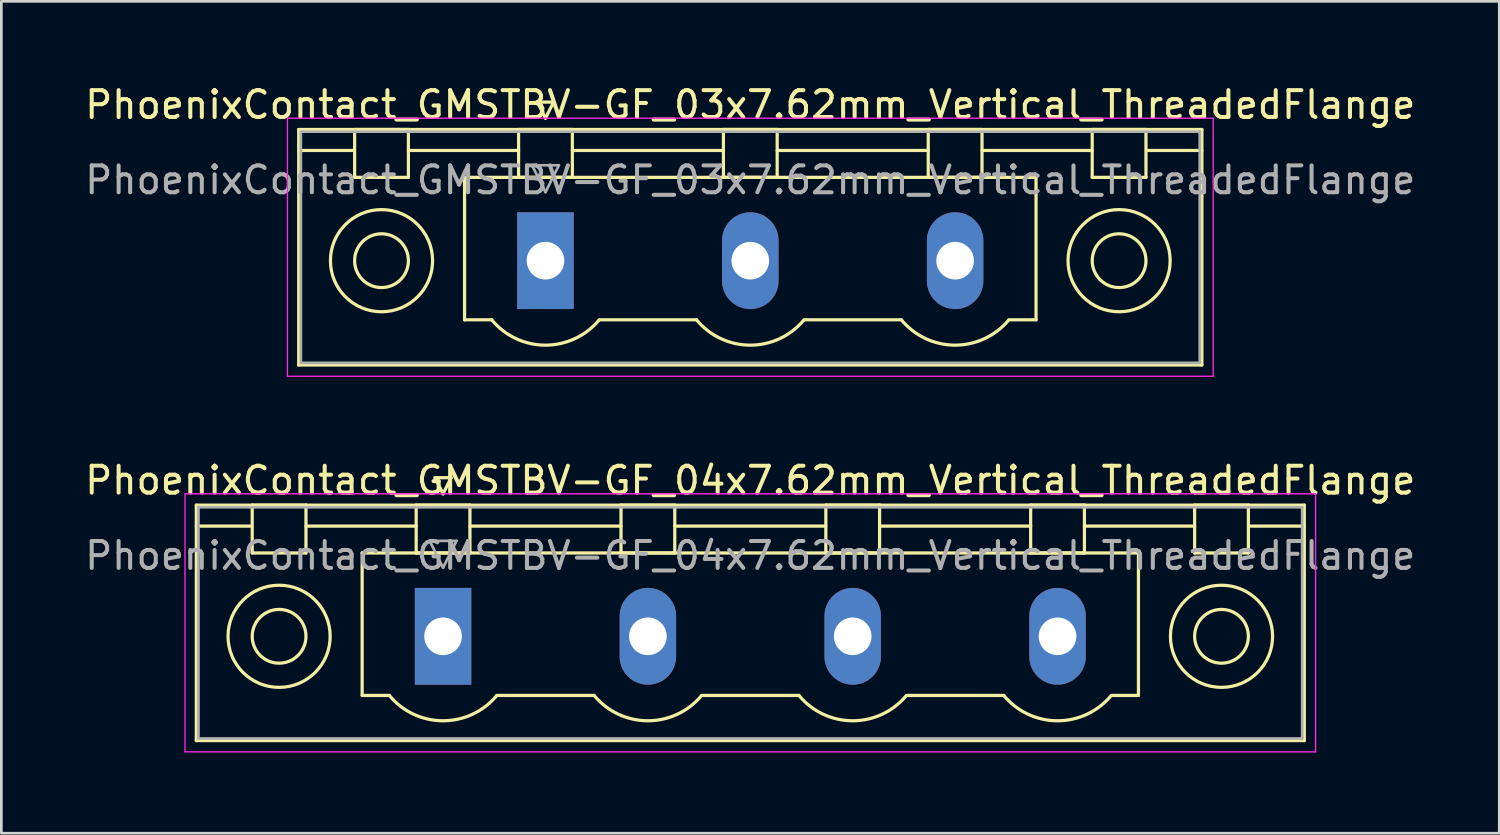
<source format=kicad_pcb>
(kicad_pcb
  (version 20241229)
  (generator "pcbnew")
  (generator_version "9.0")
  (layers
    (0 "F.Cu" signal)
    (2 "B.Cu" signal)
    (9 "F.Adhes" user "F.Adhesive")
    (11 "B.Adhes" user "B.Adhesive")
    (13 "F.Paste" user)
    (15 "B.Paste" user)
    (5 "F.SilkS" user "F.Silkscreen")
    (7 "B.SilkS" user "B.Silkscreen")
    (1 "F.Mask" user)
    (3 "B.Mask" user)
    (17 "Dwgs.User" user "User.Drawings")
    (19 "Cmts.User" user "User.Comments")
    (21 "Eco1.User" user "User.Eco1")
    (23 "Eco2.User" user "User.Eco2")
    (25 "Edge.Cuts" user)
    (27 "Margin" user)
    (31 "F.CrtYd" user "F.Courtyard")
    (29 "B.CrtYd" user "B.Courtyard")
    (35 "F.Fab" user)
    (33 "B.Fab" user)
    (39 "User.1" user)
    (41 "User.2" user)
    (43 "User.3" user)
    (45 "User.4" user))
  (footprint "PhoenixContact_GMSTBV-GF_03x7.62mm_Vertical_ThreadedFlange"
    (layer "F.Cu")
    (at 17.243 6.648)
    (property "Reference" "PhoenixContact_GMSTBV-GF_03x7.62mm_Vertical_ThreadedFlange" (at 7.62 -5.8 0) (layer "F.SilkS") (effects (font (size 1 1) (thickness 0.15))))
    (attr through_hole)
    (fp_line (start -9.18 -4.88) (end -9.18 3.88) (stroke (width 0.12) (type solid)) (layer "F.SilkS"))
    (fp_line (start -9.18 -4.1) (end -7.18 -4.1) (stroke (width 0.12) (type solid)) (layer "F.SilkS"))
    (fp_line (start -9.18 3.88) (end 24.42 3.88) (stroke (width 0.12) (type solid)) (layer "F.SilkS"))
    (fp_line (start -7.1 -4.88) (end -5.1 -4.88) (stroke (width 0.12) (type solid)) (layer "F.SilkS"))
    (fp_line (start -7.1 -3.1) (end -7.1 -4.88) (stroke (width 0.12) (type solid)) (layer "F.SilkS"))
    (fp_line (start -5.1 -4.88) (end -5.1 -3.1) (stroke (width 0.12) (type solid)) (layer "F.SilkS"))
    (fp_line (start -5.1 -4.1) (end -1 -4.1) (stroke (width 0.12) (type solid)) (layer "F.SilkS"))
    (fp_line (start -5.1 -3.1) (end -7.1 -3.1) (stroke (width 0.12) (type solid)) (layer "F.SilkS"))
    (fp_line (start -3.01 -3.1) (end 18.25 -3.1) (stroke (width 0.12) (type solid)) (layer "F.SilkS"))
    (fp_line (start -3.01 2.2) (end -3.01 -3.1) (stroke (width 0.12) (type solid)) (layer "F.SilkS"))
    (fp_line (start -2 2.2) (end -3.01 2.2) (stroke (width 0.12) (type solid)) (layer "F.SilkS"))
    (fp_line (start -1 -4.88) (end 1 -4.88) (stroke (width 0.12) (type solid)) (layer "F.SilkS"))
    (fp_line (start -1 -3.1) (end -1 -4.88) (stroke (width 0.12) (type solid)) (layer "F.SilkS"))
    (fp_line (start -0.3 -5.9) (end 0.3 -5.9) (stroke (width 0.12) (type solid)) (layer "F.SilkS"))
    (fp_line (start 0 -5.3) (end -0.3 -5.9) (stroke (width 0.12) (type solid)) (layer "F.SilkS"))
    (fp_line (start 0.3 -5.9) (end 0 -5.3) (stroke (width 0.12) (type solid)) (layer "F.SilkS"))
    (fp_line (start 1 -4.88) (end 1 -3.1) (stroke (width 0.12) (type solid)) (layer "F.SilkS"))
    (fp_line (start 1 -4.1) (end 6.62 -4.1) (stroke (width 0.12) (type solid)) (layer "F.SilkS"))
    (fp_line (start 1 -3.1) (end -1 -3.1) (stroke (width 0.12) (type solid)) (layer "F.SilkS"))
    (fp_line (start 2 2.2) (end 5.62 2.2) (stroke (width 0.12) (type solid)) (layer "F.SilkS"))
    (fp_line (start 6.62 -4.88) (end 8.62 -4.88) (stroke (width 0.12) (type solid)) (layer "F.SilkS"))
    (fp_line (start 6.62 -3.1) (end 6.62 -4.88) (stroke (width 0.12) (type solid)) (layer "F.SilkS"))
    (fp_line (start 8.62 -4.88) (end 8.62 -3.1) (stroke (width 0.12) (type solid)) (layer "F.SilkS"))
    (fp_line (start 8.62 -4.1) (end 14.24 -4.1) (stroke (width 0.12) (type solid)) (layer "F.SilkS"))
    (fp_line (start 8.62 -3.1) (end 6.62 -3.1) (stroke (width 0.12) (type solid)) (layer "F.SilkS"))
    (fp_line (start 9.62 2.2) (end 13.24 2.2) (stroke (width 0.12) (type solid)) (layer "F.SilkS"))
    (fp_line (start 14.24 -4.88) (end 16.24 -4.88) (stroke (width 0.12) (type solid)) (layer "F.SilkS"))
    (fp_line (start 14.24 -3.1) (end 14.24 -4.88) (stroke (width 0.12) (type solid)) (layer "F.SilkS"))
    (fp_line (start 16.24 -4.88) (end 16.24 -3.1) (stroke (width 0.12) (type solid)) (layer "F.SilkS"))
    (fp_line (start 16.24 -4.1) (end 20.34 -4.1) (stroke (width 0.12) (type solid)) (layer "F.SilkS"))
    (fp_line (start 16.24 -3.1) (end 14.24 -3.1) (stroke (width 0.12) (type solid)) (layer "F.SilkS"))
    (fp_line (start 18.25 -3.1) (end 18.25 2.2) (stroke (width 0.12) (type solid)) (layer "F.SilkS"))
    (fp_line (start 18.25 2.2) (end 17.24 2.2) (stroke (width 0.12) (type solid)) (layer "F.SilkS"))
    (fp_line (start 20.34 -4.88) (end 22.34 -4.88) (stroke (width 0.12) (type solid)) (layer "F.SilkS"))
    (fp_line (start 20.34 -3.1) (end 20.34 -4.88) (stroke (width 0.12) (type solid)) (layer "F.SilkS"))
    (fp_line (start 22.34 -4.88) (end 22.34 -3.1) (stroke (width 0.12) (type solid)) (layer "F.SilkS"))
    (fp_line (start 22.34 -3.1) (end 20.34 -3.1) (stroke (width 0.12) (type solid)) (layer "F.SilkS"))
    (fp_line (start 24.42 -4.88) (end -9.18 -4.88) (stroke (width 0.12) (type solid)) (layer "F.SilkS"))
    (fp_line (start 24.42 -4.1) (end 22.42 -4.1) (stroke (width 0.12) (type solid)) (layer "F.SilkS"))
    (fp_line (start 24.42 3.88) (end 24.42 -4.88) (stroke (width 0.12) (type solid)) (layer "F.SilkS"))
    (fp_arc (start 1.986842 2.215821) (mid -0.010289 3.142758) (end -2 2.2) (stroke (width 0.12) (type solid)) (layer "F.SilkS"))
    (fp_arc (start 9.606842 2.215821) (mid 7.609711 3.142758) (end 5.62 2.2) (stroke (width 0.12) (type solid)) (layer "F.SilkS"))
    (fp_arc (start 17.226842 2.215821) (mid 15.229711 3.142758) (end 13.24 2.2) (stroke (width 0.12) (type solid)) (layer "F.SilkS"))
    (fp_circle (center -6.1 0) (end -5.1 0) (stroke (width 0.12) (type solid)) (fill no) (layer "F.SilkS"))
    (fp_circle (center -6.1 0) (end -4.2 0) (stroke (width 0.12) (type solid)) (fill no) (layer "F.SilkS"))
    (fp_circle (center 21.34 0) (end 22.34 0) (stroke (width 0.12) (type solid)) (fill no) (layer "F.SilkS"))
    (fp_circle (center 21.34 0) (end 23.24 0) (stroke (width 0.12) (type solid)) (fill no) (layer "F.SilkS"))
    (fp_line (start -9.6 -5.3) (end -9.6 4.3) (stroke (width 0.05) (type solid)) (layer "F.CrtYd"))
    (fp_line (start -9.6 4.3) (end 24.84 4.3) (stroke (width 0.05) (type solid)) (layer "F.CrtYd"))
    (fp_line (start 24.84 -5.3) (end -9.6 -5.3) (stroke (width 0.05) (type solid)) (layer "F.CrtYd"))
    (fp_line (start 24.84 4.3) (end 24.84 -5.3) (stroke (width 0.05) (type solid)) (layer "F.CrtYd"))
    (fp_line (start -9.1 -4.8) (end -9.1 3.8) (stroke (width 0.1) (type solid)) (layer "F.Fab"))
    (fp_line (start -9.1 3.8) (end 24.34 3.8) (stroke (width 0.1) (type solid)) (layer "F.Fab"))
    (fp_line (start -0.5 -3.55) (end 0.5 -3.55) (stroke (width 0.1) (type solid)) (layer "F.Fab"))
    (fp_line (start 0 -2.55) (end -0.5 -3.55) (stroke (width 0.1) (type solid)) (layer "F.Fab"))
    (fp_line (start 0.5 -3.55) (end 0 -2.55) (stroke (width 0.1) (type solid)) (layer "F.Fab"))
    (fp_line (start 24.34 -4.8) (end -9.1 -4.8) (stroke (width 0.1) (type solid)) (layer "F.Fab"))
    (fp_line (start 24.34 3.8) (end 24.34 -4.8) (stroke (width 0.1) (type solid)) (layer "F.Fab"))
    (fp_text user "${REFERENCE}" (at 7.62 -3 0) (layer "F.Fab") (effects (font (size 1 1) (thickness 0.15))))
    (pad "1" thru_hole rect (at 0 0) (size 2.1 3.6) (drill 1.4) (layers "*.Cu" "*.Mask"))
    (pad "2" thru_hole oval (at 7.62 0) (size 2.1 3.6) (drill 1.4) (layers "*.Cu" "*.Mask"))
    (pad "3" thru_hole oval (at 15.24 0) (size 2.1 3.6) (drill 1.4) (layers "*.Cu" "*.Mask")))
  (footprint "PhoenixContact_GMSTBV-GF_04x7.62mm_Vertical_ThreadedFlange"
    (layer "F.Cu")
    (at 13.433 20.622)
    (property "Reference" "PhoenixContact_GMSTBV-GF_04x7.62mm_Vertical_ThreadedFlange" (at 11.43 -5.8 0) (layer "F.SilkS") (effects (font (size 1 1) (thickness 0.15))))
    (attr through_hole)
    (fp_line (start -9.18 -4.88) (end -9.18 3.88) (stroke (width 0.12) (type solid)) (layer "F.SilkS"))
    (fp_line (start -9.18 -4.1) (end -7.18 -4.1) (stroke (width 0.12) (type solid)) (layer "F.SilkS"))
    (fp_line (start -9.18 3.88) (end 32.04 3.88) (stroke (width 0.12) (type solid)) (layer "F.SilkS"))
    (fp_line (start -7.1 -4.88) (end -5.1 -4.88) (stroke (width 0.12) (type solid)) (layer "F.SilkS"))
    (fp_line (start -7.1 -3.1) (end -7.1 -4.88) (stroke (width 0.12) (type solid)) (layer "F.SilkS"))
    (fp_line (start -5.1 -4.88) (end -5.1 -3.1) (stroke (width 0.12) (type solid)) (layer "F.SilkS"))
    (fp_line (start -5.1 -4.1) (end -1 -4.1) (stroke (width 0.12) (type solid)) (layer "F.SilkS"))
    (fp_line (start -5.1 -3.1) (end -7.1 -3.1) (stroke (width 0.12) (type solid)) (layer "F.SilkS"))
    (fp_line (start -3.01 -3.1) (end 25.87 -3.1) (stroke (width 0.12) (type solid)) (layer "F.SilkS"))
    (fp_line (start -3.01 2.2) (end -3.01 -3.1) (stroke (width 0.12) (type solid)) (layer "F.SilkS"))
    (fp_line (start -2 2.2) (end -3.01 2.2) (stroke (width 0.12) (type solid)) (layer "F.SilkS"))
    (fp_line (start -1 -4.88) (end 1 -4.88) (stroke (width 0.12) (type solid)) (layer "F.SilkS"))
    (fp_line (start -1 -3.1) (end -1 -4.88) (stroke (width 0.12) (type solid)) (layer "F.SilkS"))
    (fp_line (start -0.3 -5.9) (end 0.3 -5.9) (stroke (width 0.12) (type solid)) (layer "F.SilkS"))
    (fp_line (start 0 -5.3) (end -0.3 -5.9) (stroke (width 0.12) (type solid)) (layer "F.SilkS"))
    (fp_line (start 0.3 -5.9) (end 0 -5.3) (stroke (width 0.12) (type solid)) (layer "F.SilkS"))
    (fp_line (start 1 -4.88) (end 1 -3.1) (stroke (width 0.12) (type solid)) (layer "F.SilkS"))
    (fp_line (start 1 -4.1) (end 6.62 -4.1) (stroke (width 0.12) (type solid)) (layer "F.SilkS"))
    (fp_line (start 1 -3.1) (end -1 -3.1) (stroke (width 0.12) (type solid)) (layer "F.SilkS"))
    (fp_line (start 2 2.2) (end 5.62 2.2) (stroke (width 0.12) (type solid)) (layer "F.SilkS"))
    (fp_line (start 6.62 -4.88) (end 8.62 -4.88) (stroke (width 0.12) (type solid)) (layer "F.SilkS"))
    (fp_line (start 6.62 -3.1) (end 6.62 -4.88) (stroke (width 0.12) (type solid)) (layer "F.SilkS"))
    (fp_line (start 8.62 -4.88) (end 8.62 -3.1) (stroke (width 0.12) (type solid)) (layer "F.SilkS"))
    (fp_line (start 8.62 -4.1) (end 14.24 -4.1) (stroke (width 0.12) (type solid)) (layer "F.SilkS"))
    (fp_line (start 8.62 -3.1) (end 6.62 -3.1) (stroke (width 0.12) (type solid)) (layer "F.SilkS"))
    (fp_line (start 9.62 2.2) (end 13.24 2.2) (stroke (width 0.12) (type solid)) (layer "F.SilkS"))
    (fp_line (start 14.24 -4.88) (end 16.24 -4.88) (stroke (width 0.12) (type solid)) (layer "F.SilkS"))
    (fp_line (start 14.24 -3.1) (end 14.24 -4.88) (stroke (width 0.12) (type solid)) (layer "F.SilkS"))
    (fp_line (start 16.24 -4.88) (end 16.24 -3.1) (stroke (width 0.12) (type solid)) (layer "F.SilkS"))
    (fp_line (start 16.24 -4.1) (end 21.86 -4.1) (stroke (width 0.12) (type solid)) (layer "F.SilkS"))
    (fp_line (start 16.24 -3.1) (end 14.24 -3.1) (stroke (width 0.12) (type solid)) (layer "F.SilkS"))
    (fp_line (start 17.24 2.2) (end 20.86 2.2) (stroke (width 0.12) (type solid)) (layer "F.SilkS"))
    (fp_line (start 21.86 -4.88) (end 23.86 -4.88) (stroke (width 0.12) (type solid)) (layer "F.SilkS"))
    (fp_line (start 21.86 -3.1) (end 21.86 -4.88) (stroke (width 0.12) (type solid)) (layer "F.SilkS"))
    (fp_line (start 23.86 -4.88) (end 23.86 -3.1) (stroke (width 0.12) (type solid)) (layer "F.SilkS"))
    (fp_line (start 23.86 -4.1) (end 27.96 -4.1) (stroke (width 0.12) (type solid)) (layer "F.SilkS"))
    (fp_line (start 23.86 -3.1) (end 21.86 -3.1) (stroke (width 0.12) (type solid)) (layer "F.SilkS"))
    (fp_line (start 25.87 -3.1) (end 25.87 2.2) (stroke (width 0.12) (type solid)) (layer "F.SilkS"))
    (fp_line (start 25.87 2.2) (end 24.86 2.2) (stroke (width 0.12) (type solid)) (layer "F.SilkS"))
    (fp_line (start 27.96 -4.88) (end 29.96 -4.88) (stroke (width 0.12) (type solid)) (layer "F.SilkS"))
    (fp_line (start 27.96 -3.1) (end 27.96 -4.88) (stroke (width 0.12) (type solid)) (layer "F.SilkS"))
    (fp_line (start 29.96 -4.88) (end 29.96 -3.1) (stroke (width 0.12) (type solid)) (layer "F.SilkS"))
    (fp_line (start 29.96 -3.1) (end 27.96 -3.1) (stroke (width 0.12) (type solid)) (layer "F.SilkS"))
    (fp_line (start 32.04 -4.88) (end -9.18 -4.88) (stroke (width 0.12) (type solid)) (layer "F.SilkS"))
    (fp_line (start 32.04 -4.1) (end 30.04 -4.1) (stroke (width 0.12) (type solid)) (layer "F.SilkS"))
    (fp_line (start 32.04 3.88) (end 32.04 -4.88) (stroke (width 0.12) (type solid)) (layer "F.SilkS"))
    (fp_arc (start 1.986842 2.215821) (mid -0.010289 3.142758) (end -2 2.2) (stroke (width 0.12) (type solid)) (layer "F.SilkS"))
    (fp_arc (start 9.606842 2.215821) (mid 7.609711 3.142758) (end 5.62 2.2) (stroke (width 0.12) (type solid)) (layer "F.SilkS"))
    (fp_arc (start 17.226842 2.215821) (mid 15.229711 3.142758) (end 13.24 2.2) (stroke (width 0.12) (type solid)) (layer "F.SilkS"))
    (fp_arc (start 24.846842 2.215821) (mid 22.849711 3.142758) (end 20.86 2.2) (stroke (width 0.12) (type solid)) (layer "F.SilkS"))
    (fp_circle (center -6.1 0) (end -5.1 0) (stroke (width 0.12) (type solid)) (fill no) (layer "F.SilkS"))
    (fp_circle (center -6.1 0) (end -4.2 0) (stroke (width 0.12) (type solid)) (fill no) (layer "F.SilkS"))
    (fp_circle (center 28.96 0) (end 29.96 0) (stroke (width 0.12) (type solid)) (fill no) (layer "F.SilkS"))
    (fp_circle (center 28.96 0) (end 30.86 0) (stroke (width 0.12) (type solid)) (fill no) (layer "F.SilkS"))
    (fp_line (start -9.6 -5.3) (end -9.6 4.3) (stroke (width 0.05) (type solid)) (layer "F.CrtYd"))
    (fp_line (start -9.6 4.3) (end 32.46 4.3) (stroke (width 0.05) (type solid)) (layer "F.CrtYd"))
    (fp_line (start 32.46 -5.3) (end -9.6 -5.3) (stroke (width 0.05) (type solid)) (layer "F.CrtYd"))
    (fp_line (start 32.46 4.3) (end 32.46 -5.3) (stroke (width 0.05) (type solid)) (layer "F.CrtYd"))
    (fp_line (start -9.1 -4.8) (end -9.1 3.8) (stroke (width 0.1) (type solid)) (layer "F.Fab"))
    (fp_line (start -9.1 3.8) (end 31.96 3.8) (stroke (width 0.1) (type solid)) (layer "F.Fab"))
    (fp_line (start -0.5 -3.55) (end 0.5 -3.55) (stroke (width 0.1) (type solid)) (layer "F.Fab"))
    (fp_line (start 0 -2.55) (end -0.5 -3.55) (stroke (width 0.1) (type solid)) (layer "F.Fab"))
    (fp_line (start 0.5 -3.55) (end 0 -2.55) (stroke (width 0.1) (type solid)) (layer "F.Fab"))
    (fp_line (start 31.96 -4.8) (end -9.1 -4.8) (stroke (width 0.1) (type solid)) (layer "F.Fab"))
    (fp_line (start 31.96 3.8) (end 31.96 -4.8) (stroke (width 0.1) (type solid)) (layer "F.Fab"))
    (fp_text user "${REFERENCE}" (at 11.43 -3 0) (layer "F.Fab") (effects (font (size 1 1) (thickness 0.15))))
    (pad "1" thru_hole rect (at 0 0) (size 2.1 3.6) (drill 1.4) (layers "*.Cu" "*.Mask"))
    (pad "2" thru_hole oval (at 7.62 0) (size 2.1 3.6) (drill 1.4) (layers "*.Cu" "*.Mask"))
    (pad "3" thru_hole oval (at 15.24 0) (size 2.1 3.6) (drill 1.4) (layers "*.Cu" "*.Mask"))
    (pad "4" thru_hole oval (at 22.86 0) (size 2.1 3.6) (drill 1.4) (layers "*.Cu" "*.Mask")))
  (gr_rect
    (start -3 -3)
    (end 52.726 27.947)
    (stroke (width 0.1) (type default))
    (fill no)
    (layer "Edge.Cuts")))
</source>
